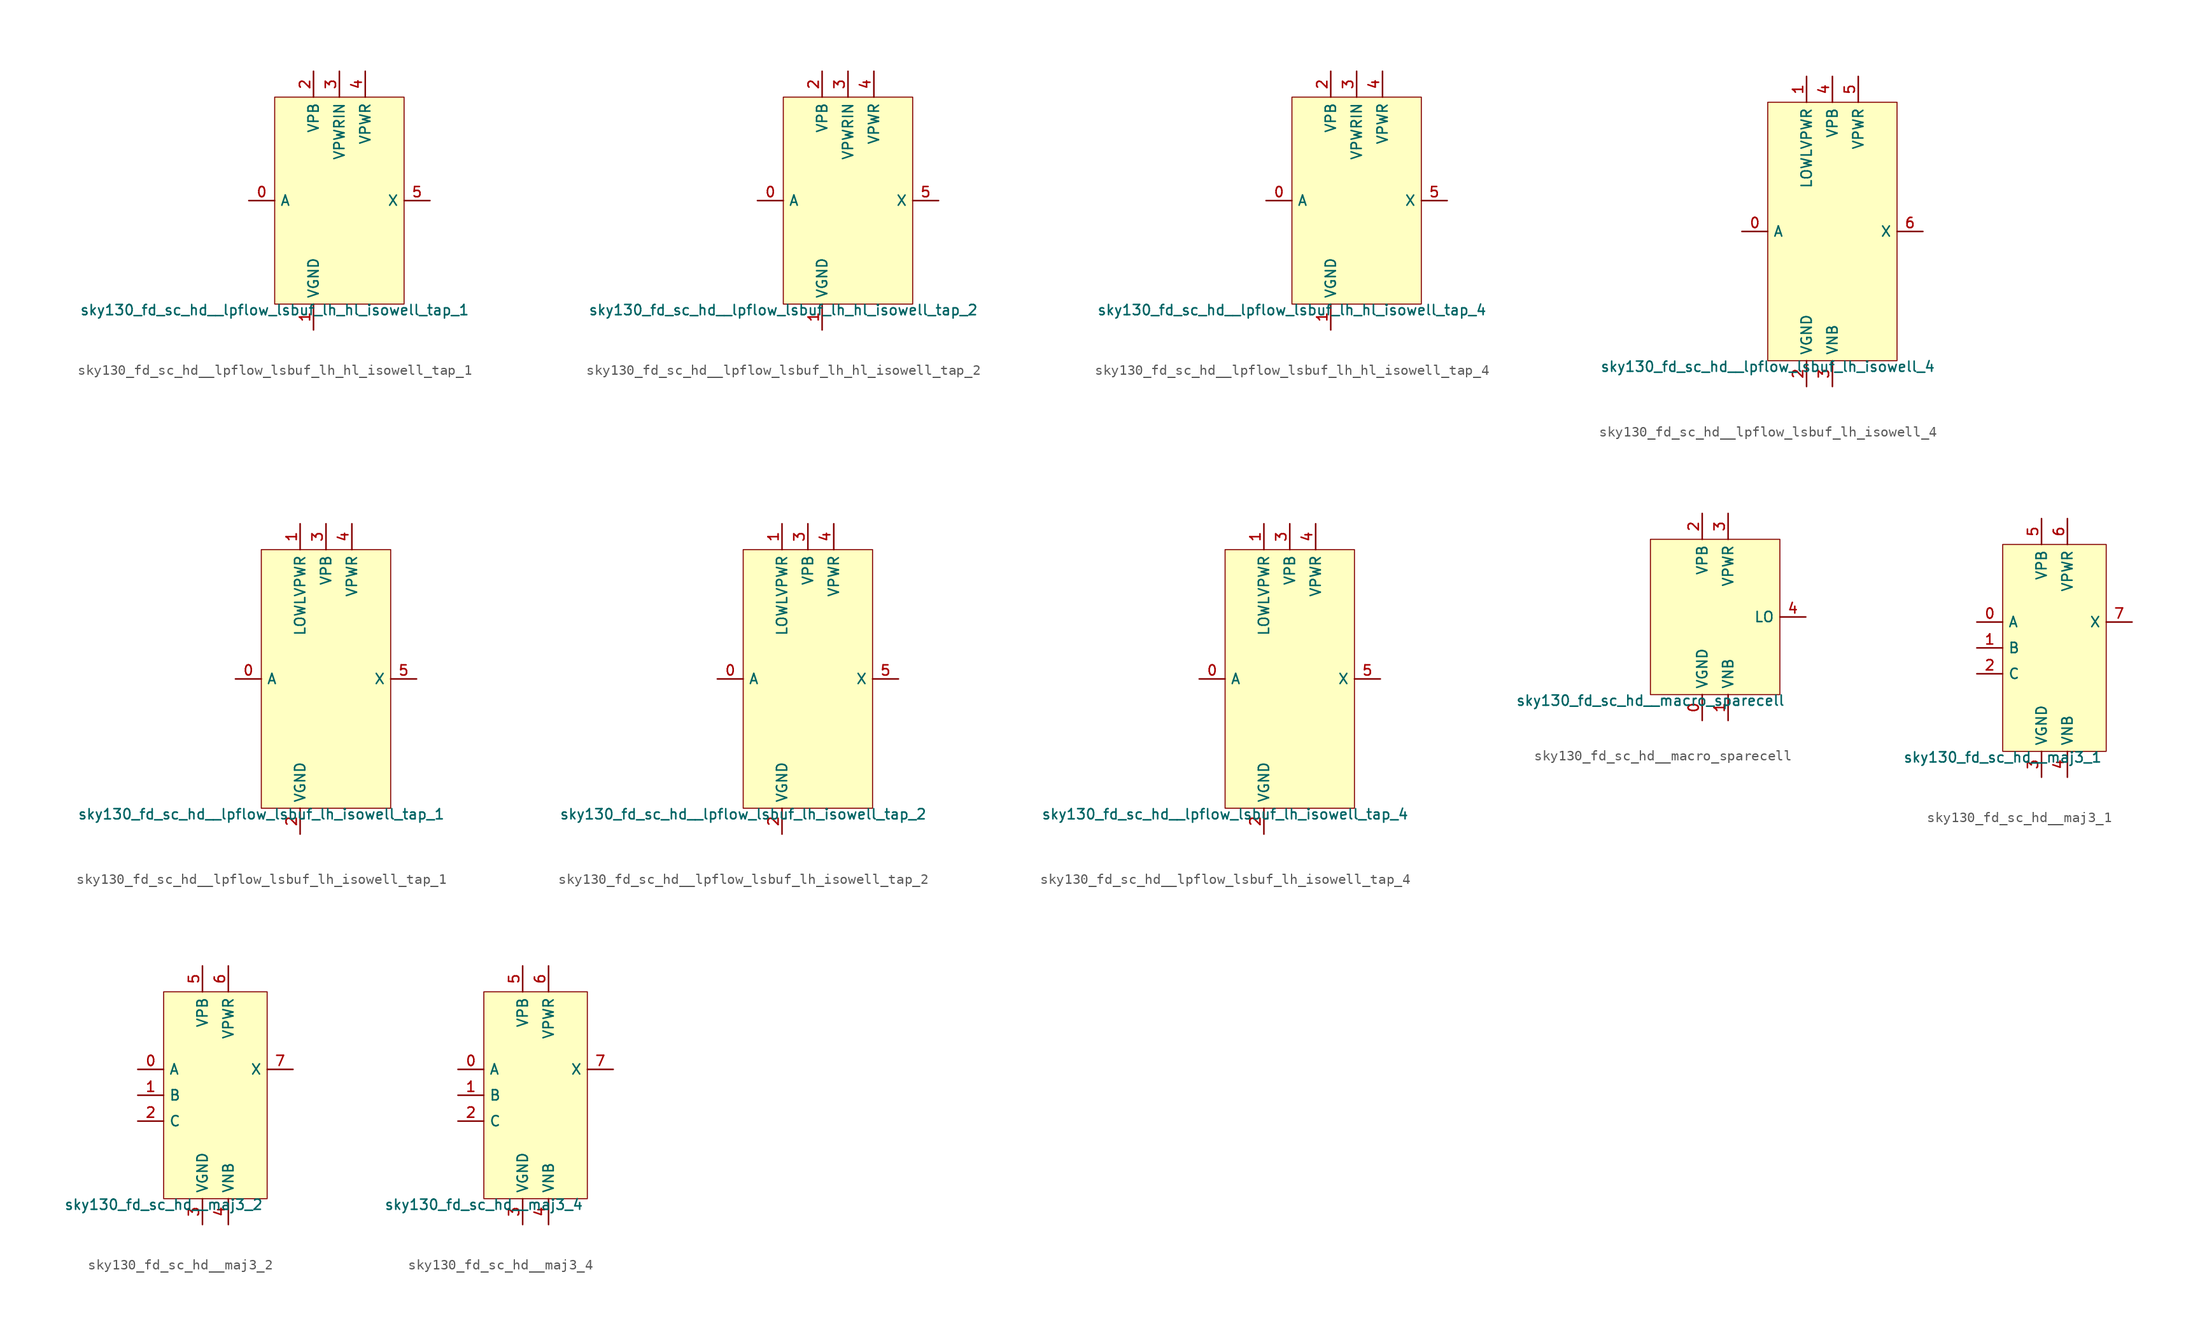
<source format=kicad_sym>
(kicad_symbol_lib
  (version 20211014)
  (generator lef2kicad_sym)
  (symbol "sky130_fd_sc_hd__lpflow_lsbuf_lh_hl_isowell_tap_1"
    (property "Reference" "X"
      (at 0 0 0)
      (effects (font (size 1 1)) hide))
    (property "Value" "sky130_fd_sc_hd__lpflow_lsbuf_lh_hl_isowell_tap_1"
      (at -6.35 -10.16 0)
      (effects (font (size 1 1)) (justify top)))
    (rectangle
      (start -6.35 -10.16)
      (end 6.35 10.16)
      (stroke (width 0.1) (type solid) (color 0 0 0 0))
      (fill (type background)))
    (pin input line
      (at -8.89 0.0 0)
      (length 2.54)
      (name "A" (effects (font (size 1 1)) hide))
      (number "0" (effects (font (size 1 1)) hide)))
    (pin power_in line
      (at -2.54 -12.7 90)
      (length 2.54)
      (name "VGND" (effects (font (size 1 1)) hide))
      (number "1" (effects (font (size 1 1)) hide)))
    (pin power_in line
      (at -2.54 12.7 270)
      (length 2.54)
      (name "VPB" (effects (font (size 1 1)) hide))
      (number "2" (effects (font (size 1 1)) hide)))
    (pin power_in line
      (at 4.440892098500626e-16 12.7 270)
      (length 2.54)
      (name "VPWRIN" (effects (font (size 1 1)) hide))
      (number "3" (effects (font (size 1 1)) hide)))
    (pin power_in line
      (at 2.54 12.7 270)
      (length 2.54)
      (name "VPWR" (effects (font (size 1 1)) hide))
      (number "4" (effects (font (size 1 1)) hide)))
    (pin output line
      (at 8.89 0.0 180)
      (length 2.54)
      (name "X" (effects (font (size 1 1)) hide))
      (number "5" (effects (font (size 1 1)) hide))))
  (symbol "sky130_fd_sc_hd__lpflow_lsbuf_lh_hl_isowell_tap_2"
    (property "Reference" "X"
      (at 0 0 0)
      (effects (font (size 1 1)) hide))
    (property "Value" "sky130_fd_sc_hd__lpflow_lsbuf_lh_hl_isowell_tap_2"
      (at -6.35 -10.16 0)
      (effects (font (size 1 1)) (justify top)))
    (rectangle
      (start -6.35 -10.16)
      (end 6.35 10.16)
      (stroke (width 0.1) (type solid) (color 0 0 0 0))
      (fill (type background)))
    (pin input line
      (at -8.89 0.0 0)
      (length 2.54)
      (name "A" (effects (font (size 1 1)) hide))
      (number "0" (effects (font (size 1 1)) hide)))
    (pin power_in line
      (at -2.54 -12.7 90)
      (length 2.54)
      (name "VGND" (effects (font (size 1 1)) hide))
      (number "1" (effects (font (size 1 1)) hide)))
    (pin power_in line
      (at -2.54 12.7 270)
      (length 2.54)
      (name "VPB" (effects (font (size 1 1)) hide))
      (number "2" (effects (font (size 1 1)) hide)))
    (pin power_in line
      (at 4.440892098500626e-16 12.7 270)
      (length 2.54)
      (name "VPWRIN" (effects (font (size 1 1)) hide))
      (number "3" (effects (font (size 1 1)) hide)))
    (pin power_in line
      (at 2.54 12.7 270)
      (length 2.54)
      (name "VPWR" (effects (font (size 1 1)) hide))
      (number "4" (effects (font (size 1 1)) hide)))
    (pin output line
      (at 8.89 0.0 180)
      (length 2.54)
      (name "X" (effects (font (size 1 1)) hide))
      (number "5" (effects (font (size 1 1)) hide))))
  (symbol "sky130_fd_sc_hd__lpflow_lsbuf_lh_hl_isowell_tap_4"
    (property "Reference" "X"
      (at 0 0 0)
      (effects (font (size 1 1)) hide))
    (property "Value" "sky130_fd_sc_hd__lpflow_lsbuf_lh_hl_isowell_tap_4"
      (at -6.35 -10.16 0)
      (effects (font (size 1 1)) (justify top)))
    (rectangle
      (start -6.35 -10.16)
      (end 6.35 10.16)
      (stroke (width 0.1) (type solid) (color 0 0 0 0))
      (fill (type background)))
    (pin input line
      (at -8.89 0.0 0)
      (length 2.54)
      (name "A" (effects (font (size 1 1)) hide))
      (number "0" (effects (font (size 1 1)) hide)))
    (pin power_in line
      (at -2.54 -12.7 90)
      (length 2.54)
      (name "VGND" (effects (font (size 1 1)) hide))
      (number "1" (effects (font (size 1 1)) hide)))
    (pin power_in line
      (at -2.54 12.7 270)
      (length 2.54)
      (name "VPB" (effects (font (size 1 1)) hide))
      (number "2" (effects (font (size 1 1)) hide)))
    (pin power_in line
      (at 4.440892098500626e-16 12.7 270)
      (length 2.54)
      (name "VPWRIN" (effects (font (size 1 1)) hide))
      (number "3" (effects (font (size 1 1)) hide)))
    (pin power_in line
      (at 2.54 12.7 270)
      (length 2.54)
      (name "VPWR" (effects (font (size 1 1)) hide))
      (number "4" (effects (font (size 1 1)) hide)))
    (pin output line
      (at 8.89 0.0 180)
      (length 2.54)
      (name "X" (effects (font (size 1 1)) hide))
      (number "5" (effects (font (size 1 1)) hide))))
  (symbol "sky130_fd_sc_hd__lpflow_lsbuf_lh_isowell_4"
    (property "Reference" "X"
      (at 0 0 0)
      (effects (font (size 1 1)) hide))
    (property "Value" "sky130_fd_sc_hd__lpflow_lsbuf_lh_isowell_4"
      (at -6.35 -12.7 0)
      (effects (font (size 1 1)) (justify top)))
    (rectangle
      (start -6.35 -12.7)
      (end 6.35 12.7)
      (stroke (width 0.1) (type solid) (color 0 0 0 0))
      (fill (type background)))
    (pin input line
      (at -8.89 0.0 0)
      (length 2.54)
      (name "A" (effects (font (size 1 1)) hide))
      (number "0" (effects (font (size 1 1)) hide)))
    (pin power_in line
      (at -2.54 15.24 270)
      (length 2.54)
      (name "LOWLVPWR" (effects (font (size 1 1)) hide))
      (number "1" (effects (font (size 1 1)) hide)))
    (pin power_in line
      (at -2.54 -15.24 90)
      (length 2.54)
      (name "VGND" (effects (font (size 1 1)) hide))
      (number "2" (effects (font (size 1 1)) hide)))
    (pin power_in line
      (at 4.440892098500626e-16 -15.24 90)
      (length 2.54)
      (name "VNB" (effects (font (size 1 1)) hide))
      (number "3" (effects (font (size 1 1)) hide)))
    (pin power_in line
      (at 4.440892098500626e-16 15.24 270)
      (length 2.54)
      (name "VPB" (effects (font (size 1 1)) hide))
      (number "4" (effects (font (size 1 1)) hide)))
    (pin power_in line
      (at 2.54 15.24 270)
      (length 2.54)
      (name "VPWR" (effects (font (size 1 1)) hide))
      (number "5" (effects (font (size 1 1)) hide)))
    (pin output line
      (at 8.89 0.0 180)
      (length 2.54)
      (name "X" (effects (font (size 1 1)) hide))
      (number "6" (effects (font (size 1 1)) hide))))
  (symbol "sky130_fd_sc_hd__lpflow_lsbuf_lh_isowell_tap_1"
    (property "Reference" "X"
      (at 0 0 0)
      (effects (font (size 1 1)) hide))
    (property "Value" "sky130_fd_sc_hd__lpflow_lsbuf_lh_isowell_tap_1"
      (at -6.35 -12.7 0)
      (effects (font (size 1 1)) (justify top)))
    (rectangle
      (start -6.35 -12.7)
      (end 6.35 12.7)
      (stroke (width 0.1) (type solid) (color 0 0 0 0))
      (fill (type background)))
    (pin input line
      (at -8.89 0.0 0)
      (length 2.54)
      (name "A" (effects (font (size 1 1)) hide))
      (number "0" (effects (font (size 1 1)) hide)))
    (pin power_in line
      (at -2.54 15.24 270)
      (length 2.54)
      (name "LOWLVPWR" (effects (font (size 1 1)) hide))
      (number "1" (effects (font (size 1 1)) hide)))
    (pin power_in line
      (at -2.54 -15.24 90)
      (length 2.54)
      (name "VGND" (effects (font (size 1 1)) hide))
      (number "2" (effects (font (size 1 1)) hide)))
    (pin power_in line
      (at 4.440892098500626e-16 15.24 270)
      (length 2.54)
      (name "VPB" (effects (font (size 1 1)) hide))
      (number "3" (effects (font (size 1 1)) hide)))
    (pin power_in line
      (at 2.54 15.24 270)
      (length 2.54)
      (name "VPWR" (effects (font (size 1 1)) hide))
      (number "4" (effects (font (size 1 1)) hide)))
    (pin output line
      (at 8.89 0.0 180)
      (length 2.54)
      (name "X" (effects (font (size 1 1)) hide))
      (number "5" (effects (font (size 1 1)) hide))))
  (symbol "sky130_fd_sc_hd__lpflow_lsbuf_lh_isowell_tap_2"
    (property "Reference" "X"
      (at 0 0 0)
      (effects (font (size 1 1)) hide))
    (property "Value" "sky130_fd_sc_hd__lpflow_lsbuf_lh_isowell_tap_2"
      (at -6.35 -12.7 0)
      (effects (font (size 1 1)) (justify top)))
    (rectangle
      (start -6.35 -12.7)
      (end 6.35 12.7)
      (stroke (width 0.1) (type solid) (color 0 0 0 0))
      (fill (type background)))
    (pin input line
      (at -8.89 0.0 0)
      (length 2.54)
      (name "A" (effects (font (size 1 1)) hide))
      (number "0" (effects (font (size 1 1)) hide)))
    (pin power_in line
      (at -2.54 15.24 270)
      (length 2.54)
      (name "LOWLVPWR" (effects (font (size 1 1)) hide))
      (number "1" (effects (font (size 1 1)) hide)))
    (pin power_in line
      (at -2.54 -15.24 90)
      (length 2.54)
      (name "VGND" (effects (font (size 1 1)) hide))
      (number "2" (effects (font (size 1 1)) hide)))
    (pin power_in line
      (at 4.440892098500626e-16 15.24 270)
      (length 2.54)
      (name "VPB" (effects (font (size 1 1)) hide))
      (number "3" (effects (font (size 1 1)) hide)))
    (pin power_in line
      (at 2.54 15.24 270)
      (length 2.54)
      (name "VPWR" (effects (font (size 1 1)) hide))
      (number "4" (effects (font (size 1 1)) hide)))
    (pin output line
      (at 8.89 0.0 180)
      (length 2.54)
      (name "X" (effects (font (size 1 1)) hide))
      (number "5" (effects (font (size 1 1)) hide))))
  (symbol "sky130_fd_sc_hd__lpflow_lsbuf_lh_isowell_tap_4"
    (property "Reference" "X"
      (at 0 0 0)
      (effects (font (size 1 1)) hide))
    (property "Value" "sky130_fd_sc_hd__lpflow_lsbuf_lh_isowell_tap_4"
      (at -6.35 -12.7 0)
      (effects (font (size 1 1)) (justify top)))
    (rectangle
      (start -6.35 -12.7)
      (end 6.35 12.7)
      (stroke (width 0.1) (type solid) (color 0 0 0 0))
      (fill (type background)))
    (pin input line
      (at -8.89 0.0 0)
      (length 2.54)
      (name "A" (effects (font (size 1 1)) hide))
      (number "0" (effects (font (size 1 1)) hide)))
    (pin power_in line
      (at -2.54 15.24 270)
      (length 2.54)
      (name "LOWLVPWR" (effects (font (size 1 1)) hide))
      (number "1" (effects (font (size 1 1)) hide)))
    (pin power_in line
      (at -2.54 -15.24 90)
      (length 2.54)
      (name "VGND" (effects (font (size 1 1)) hide))
      (number "2" (effects (font (size 1 1)) hide)))
    (pin power_in line
      (at 4.440892098500626e-16 15.24 270)
      (length 2.54)
      (name "VPB" (effects (font (size 1 1)) hide))
      (number "3" (effects (font (size 1 1)) hide)))
    (pin power_in line
      (at 2.54 15.24 270)
      (length 2.54)
      (name "VPWR" (effects (font (size 1 1)) hide))
      (number "4" (effects (font (size 1 1)) hide)))
    (pin output line
      (at 8.89 0.0 180)
      (length 2.54)
      (name "X" (effects (font (size 1 1)) hide))
      (number "5" (effects (font (size 1 1)) hide))))
  (symbol "sky130_fd_sc_hd__macro_sparecell"
    (property "Reference" "X"
      (at 0 0 0)
      (effects (font (size 1 1)) hide))
    (property "Value" "sky130_fd_sc_hd__macro_sparecell"
      (at -6.35 -7.62 0)
      (effects (font (size 1 1)) (justify top)))
    (rectangle
      (start -6.35 -7.62)
      (end 6.35 7.62)
      (stroke (width 0.1) (type solid) (color 0 0 0 0))
      (fill (type background)))
    (pin power_in line
      (at -1.27 -10.16 90)
      (length 2.54)
      (name "VGND" (effects (font (size 1 1)) hide))
      (number "0" (effects (font (size 1 1)) hide)))
    (pin power_in line
      (at 1.27 -10.16 90)
      (length 2.54)
      (name "VNB" (effects (font (size 1 1)) hide))
      (number "1" (effects (font (size 1 1)) hide)))
    (pin power_in line
      (at -1.27 10.16 270)
      (length 2.54)
      (name "VPB" (effects (font (size 1 1)) hide))
      (number "2" (effects (font (size 1 1)) hide)))
    (pin power_in line
      (at 1.27 10.16 270)
      (length 2.54)
      (name "VPWR" (effects (font (size 1 1)) hide))
      (number "3" (effects (font (size 1 1)) hide)))
    (pin output line
      (at 8.89 0.0 180)
      (length 2.54)
      (name "LO" (effects (font (size 1 1)) hide))
      (number "4" (effects (font (size 1 1)) hide))))
  (symbol "sky130_fd_sc_hd__maj3_1"
    (property "Reference" "X"
      (at 0 0 0)
      (effects (font (size 1 1)) hide))
    (property "Value" "sky130_fd_sc_hd__maj3_1"
      (at -5.08 -10.16 0)
      (effects (font (size 1 1)) (justify top)))
    (rectangle
      (start -5.08 -10.16)
      (end 5.08 10.16)
      (stroke (width 0.1) (type solid) (color 0 0 0 0))
      (fill (type background)))
    (pin input line
      (at -7.62 2.54 0)
      (length 2.54)
      (name "A" (effects (font (size 1 1)) hide))
      (number "0" (effects (font (size 1 1)) hide)))
    (pin input line
      (at -7.62 0.0 0)
      (length 2.54)
      (name "B" (effects (font (size 1 1)) hide))
      (number "1" (effects (font (size 1 1)) hide)))
    (pin input line
      (at -7.62 -2.54 0)
      (length 2.54)
      (name "C" (effects (font (size 1 1)) hide))
      (number "2" (effects (font (size 1 1)) hide)))
    (pin power_in line
      (at -1.27 -12.7 90)
      (length 2.54)
      (name "VGND" (effects (font (size 1 1)) hide))
      (number "3" (effects (font (size 1 1)) hide)))
    (pin power_in line
      (at 1.27 -12.7 90)
      (length 2.54)
      (name "VNB" (effects (font (size 1 1)) hide))
      (number "4" (effects (font (size 1 1)) hide)))
    (pin power_in line
      (at -1.27 12.7 270)
      (length 2.54)
      (name "VPB" (effects (font (size 1 1)) hide))
      (number "5" (effects (font (size 1 1)) hide)))
    (pin power_in line
      (at 1.27 12.7 270)
      (length 2.54)
      (name "VPWR" (effects (font (size 1 1)) hide))
      (number "6" (effects (font (size 1 1)) hide)))
    (pin output line
      (at 7.62 2.54 180)
      (length 2.54)
      (name "X" (effects (font (size 1 1)) hide))
      (number "7" (effects (font (size 1 1)) hide))))
  (symbol "sky130_fd_sc_hd__maj3_2"
    (property "Reference" "X"
      (at 0 0 0)
      (effects (font (size 1 1)) hide))
    (property "Value" "sky130_fd_sc_hd__maj3_2"
      (at -5.08 -10.16 0)
      (effects (font (size 1 1)) (justify top)))
    (rectangle
      (start -5.08 -10.16)
      (end 5.08 10.16)
      (stroke (width 0.1) (type solid) (color 0 0 0 0))
      (fill (type background)))
    (pin input line
      (at -7.62 2.54 0)
      (length 2.54)
      (name "A" (effects (font (size 1 1)) hide))
      (number "0" (effects (font (size 1 1)) hide)))
    (pin input line
      (at -7.62 0.0 0)
      (length 2.54)
      (name "B" (effects (font (size 1 1)) hide))
      (number "1" (effects (font (size 1 1)) hide)))
    (pin input line
      (at -7.62 -2.54 0)
      (length 2.54)
      (name "C" (effects (font (size 1 1)) hide))
      (number "2" (effects (font (size 1 1)) hide)))
    (pin power_in line
      (at -1.27 -12.7 90)
      (length 2.54)
      (name "VGND" (effects (font (size 1 1)) hide))
      (number "3" (effects (font (size 1 1)) hide)))
    (pin power_in line
      (at 1.27 -12.7 90)
      (length 2.54)
      (name "VNB" (effects (font (size 1 1)) hide))
      (number "4" (effects (font (size 1 1)) hide)))
    (pin power_in line
      (at -1.27 12.7 270)
      (length 2.54)
      (name "VPB" (effects (font (size 1 1)) hide))
      (number "5" (effects (font (size 1 1)) hide)))
    (pin power_in line
      (at 1.27 12.7 270)
      (length 2.54)
      (name "VPWR" (effects (font (size 1 1)) hide))
      (number "6" (effects (font (size 1 1)) hide)))
    (pin output line
      (at 7.62 2.54 180)
      (length 2.54)
      (name "X" (effects (font (size 1 1)) hide))
      (number "7" (effects (font (size 1 1)) hide))))
  (symbol "sky130_fd_sc_hd__maj3_4"
    (property "Reference" "X"
      (at 0 0 0)
      (effects (font (size 1 1)) hide))
    (property "Value" "sky130_fd_sc_hd__maj3_4"
      (at -5.08 -10.16 0)
      (effects (font (size 1 1)) (justify top)))
    (rectangle
      (start -5.08 -10.16)
      (end 5.08 10.16)
      (stroke (width 0.1) (type solid) (color 0 0 0 0))
      (fill (type background)))
    (pin input line
      (at -7.62 2.54 0)
      (length 2.54)
      (name "A" (effects (font (size 1 1)) hide))
      (number "0" (effects (font (size 1 1)) hide)))
    (pin input line
      (at -7.62 0.0 0)
      (length 2.54)
      (name "B" (effects (font (size 1 1)) hide))
      (number "1" (effects (font (size 1 1)) hide)))
    (pin input line
      (at -7.62 -2.54 0)
      (length 2.54)
      (name "C" (effects (font (size 1 1)) hide))
      (number "2" (effects (font (size 1 1)) hide)))
    (pin power_in line
      (at -1.27 -12.7 90)
      (length 2.54)
      (name "VGND" (effects (font (size 1 1)) hide))
      (number "3" (effects (font (size 1 1)) hide)))
    (pin power_in line
      (at 1.27 -12.7 90)
      (length 2.54)
      (name "VNB" (effects (font (size 1 1)) hide))
      (number "4" (effects (font (size 1 1)) hide)))
    (pin power_in line
      (at -1.27 12.7 270)
      (length 2.54)
      (name "VPB" (effects (font (size 1 1)) hide))
      (number "5" (effects (font (size 1 1)) hide)))
    (pin power_in line
      (at 1.27 12.7 270)
      (length 2.54)
      (name "VPWR" (effects (font (size 1 1)) hide))
      (number "6" (effects (font (size 1 1)) hide)))
    (pin output line
      (at 7.62 2.54 180)
      (length 2.54)
      (name "X" (effects (font (size 1 1)) hide))
      (number "7" (effects (font (size 1 1)) hide)))))
</source>
